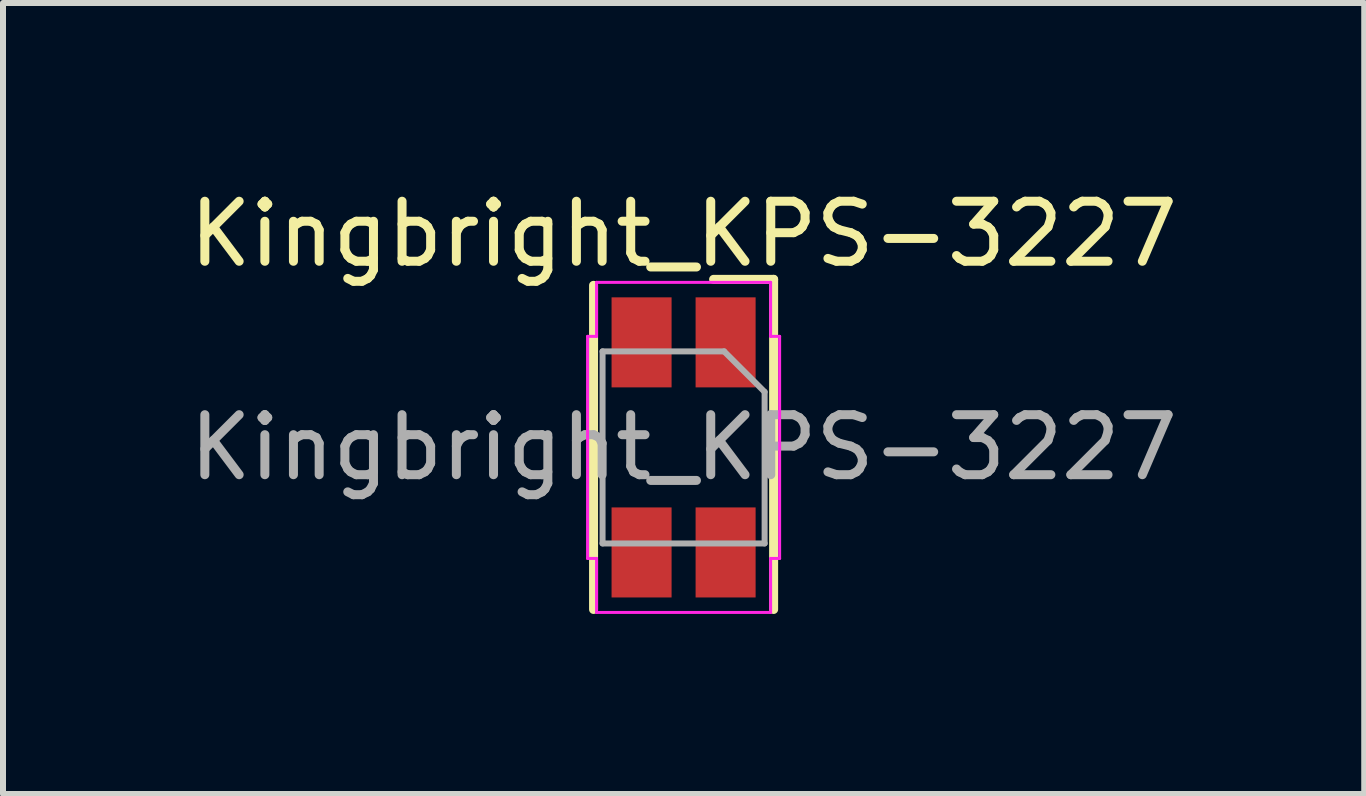
<source format=kicad_pcb>
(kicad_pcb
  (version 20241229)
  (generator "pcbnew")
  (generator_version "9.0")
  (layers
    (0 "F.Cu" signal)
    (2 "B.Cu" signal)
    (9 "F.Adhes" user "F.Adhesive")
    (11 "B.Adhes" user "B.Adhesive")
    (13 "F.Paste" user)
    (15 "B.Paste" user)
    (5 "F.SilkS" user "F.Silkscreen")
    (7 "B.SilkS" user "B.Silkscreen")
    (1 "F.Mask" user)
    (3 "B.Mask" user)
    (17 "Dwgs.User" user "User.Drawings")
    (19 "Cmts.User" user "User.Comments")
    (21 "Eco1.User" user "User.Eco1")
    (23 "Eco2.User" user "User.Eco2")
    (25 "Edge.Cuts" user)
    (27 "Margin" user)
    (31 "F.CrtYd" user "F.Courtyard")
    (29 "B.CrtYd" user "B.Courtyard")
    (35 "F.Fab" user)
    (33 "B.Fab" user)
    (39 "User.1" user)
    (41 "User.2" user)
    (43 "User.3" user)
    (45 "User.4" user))
  (footprint "Kingbright_KPS-3227"
    (layer "F.Cu")
    (at 8.339 4.404)
    (property "Reference" "Kingbright_KPS-3227" (at 0 -3.556 180) (layer "F.SilkS") (effects (font (size 1 1) (thickness 0.15))))
    (attr smd)
    (fp_line (start -1.5 2.7) (end -1.5 -2.7) (stroke (width 0.15) (type solid)) (layer "F.SilkS"))
    (fp_line (start 0.5 -2.8) (end 1.5 -2.8) (stroke (width 0.15) (type solid)) (layer "F.SilkS"))
    (fp_line (start 1.5 2.7) (end 1.5 -2.8) (stroke (width 0.15) (type solid)) (layer "F.SilkS"))
    (fp_line (start -1.6 -1.85) (end -1.6 1.85) (stroke (width 0.05) (type solid)) (layer "F.CrtYd"))
    (fp_line (start -1.6 -1.85) (end -1.45 -1.85) (stroke (width 0.05) (type solid)) (layer "F.CrtYd"))
    (fp_line (start -1.6 1.85) (end -1.45 1.85) (stroke (width 0.05) (type solid)) (layer "F.CrtYd"))
    (fp_line (start -1.45 -1.85) (end -1.45 -2.75) (stroke (width 0.05) (type solid)) (layer "F.CrtYd"))
    (fp_line (start -1.45 1.85) (end -1.45 2.75) (stroke (width 0.05) (type solid)) (layer "F.CrtYd"))
    (fp_line (start -1.45 2.75) (end 1.45 2.75) (stroke (width 0.05) (type solid)) (layer "F.CrtYd"))
    (fp_line (start 1.45 -2.75) (end -1.45 -2.75) (stroke (width 0.05) (type solid)) (layer "F.CrtYd"))
    (fp_line (start 1.45 -2.75) (end 1.45 -1.85) (stroke (width 0.05) (type solid)) (layer "F.CrtYd"))
    (fp_line (start 1.45 1.85) (end 1.6 1.85) (stroke (width 0.05) (type solid)) (layer "F.CrtYd"))
    (fp_line (start 1.45 2.75) (end 1.45 1.85) (stroke (width 0.05) (type solid)) (layer "F.CrtYd"))
    (fp_line (start 1.6 -1.85) (end 1.45 -1.85) (stroke (width 0.05) (type solid)) (layer "F.CrtYd"))
    (fp_line (start 1.6 1.85) (end 1.6 -1.85) (stroke (width 0.05) (type solid)) (layer "F.CrtYd"))
    (fp_line (start -1.35 -1.6) (end 0.675 -1.6) (stroke (width 0.1) (type solid)) (layer "F.Fab"))
    (fp_line (start -1.35 1.6) (end -1.35 -1.6) (stroke (width 0.1) (type solid)) (layer "F.Fab"))
    (fp_line (start 0.675 -1.6) (end 1.35 -0.925) (stroke (width 0.1) (type solid)) (layer "F.Fab"))
    (fp_line (start 1.35 -0.925) (end 1.35 1.6) (stroke (width 0.1) (type solid)) (layer "F.Fab"))
    (fp_line (start 1.35 1.6) (end -1.35 1.6) (stroke (width 0.1) (type solid)) (layer "F.Fab"))
    (fp_text user "${REFERENCE}" (at 0 0 180) (layer "F.Fab") (effects (font (size 1 1) (thickness 0.15))))
    (pad "1" smd rect (at -0.7 -1.75) (size 1 1.5) (layers "F.Cu" "F.Mask" "F.Paste"))
    (pad "2" smd rect (at -0.7 1.75) (size 1 1.5) (layers "F.Cu" "F.Mask" "F.Paste"))
    (pad "3" smd rect (at 0.7 -1.75) (size 1 1.5) (layers "F.Cu" "F.Mask" "F.Paste"))
    (pad "4" smd rect (at 0.7 1.75) (size 1 1.5) (layers "F.Cu" "F.Mask" "F.Paste")))
  (gr_rect
    (start -3 -3)
    (end 19.679 10.179)
    (stroke (width 0.1) (type default))
    (fill no)
    (layer "Edge.Cuts")))
</source>
